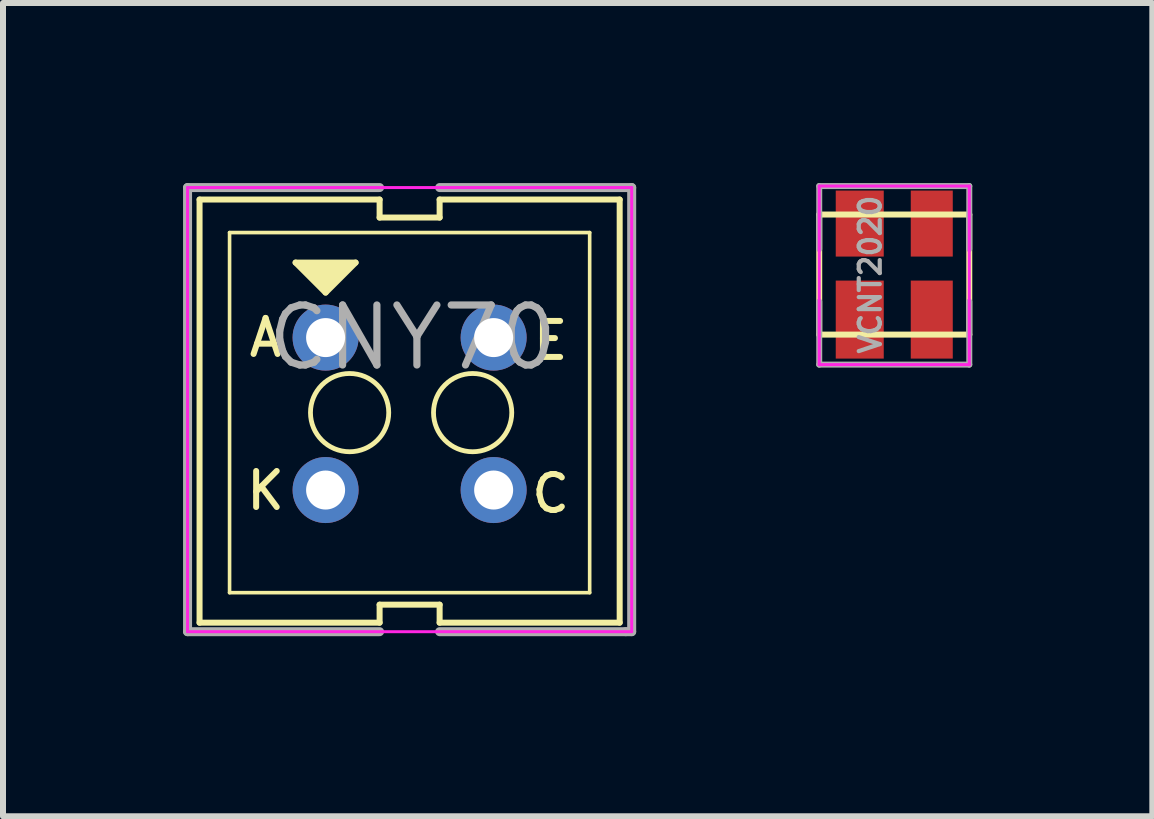
<source format=kicad_pcb>
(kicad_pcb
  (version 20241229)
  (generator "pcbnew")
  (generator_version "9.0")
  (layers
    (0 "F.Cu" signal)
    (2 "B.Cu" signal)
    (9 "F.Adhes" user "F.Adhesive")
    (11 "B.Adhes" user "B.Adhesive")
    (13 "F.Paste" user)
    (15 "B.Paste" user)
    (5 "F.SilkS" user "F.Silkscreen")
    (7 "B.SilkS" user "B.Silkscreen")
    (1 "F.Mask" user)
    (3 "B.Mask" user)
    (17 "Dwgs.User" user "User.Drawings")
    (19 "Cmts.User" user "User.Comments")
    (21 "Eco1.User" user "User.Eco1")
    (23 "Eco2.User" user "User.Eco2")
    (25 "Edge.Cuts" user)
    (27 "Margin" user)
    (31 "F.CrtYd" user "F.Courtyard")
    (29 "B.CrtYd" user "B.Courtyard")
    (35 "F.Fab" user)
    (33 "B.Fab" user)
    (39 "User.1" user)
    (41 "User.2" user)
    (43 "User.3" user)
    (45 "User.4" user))
  (footprint "VCNT2020"
    (layer "F.Cu")
    (at 11.85 1.525)
    (property "Reference" "VCNT2020" (at -0.4 0 90) (layer "F.Fab") (effects (font (size 0.35 0.35) (thickness 0.07))))
    (attr through_hole)
    (fp_line (start -1.25 -1) (end -1.25 1) (stroke (width 0.1) (type solid)) (layer "F.SilkS"))
    (fp_line (start -1.25 -1) (end 1.25 -1) (stroke (width 0.1) (type solid)) (layer "F.SilkS"))
    (fp_line (start -1.25 1) (end 1.25 1) (stroke (width 0.1) (type solid)) (layer "F.SilkS"))
    (fp_line (start 1.25 -1) (end 1.25 1) (stroke (width 0.1) (type solid)) (layer "F.SilkS"))
    (fp_line (start -1.25 -1.475) (end -1.25 1.5) (stroke (width 0.05) (type solid)) (layer "F.CrtYd"))
    (fp_line (start 1.25 -1.475) (end -1.25 -1.475) (stroke (width 0.05) (type solid)) (layer "F.CrtYd"))
    (fp_line (start 1.25 -1.475) (end 1.25 1.5) (stroke (width 0.05) (type solid)) (layer "F.CrtYd"))
    (fp_line (start 1.25 1.5) (end -1.25 1.5) (stroke (width 0.05) (type solid)) (layer "F.CrtYd"))
    (fp_line (start -1.25 -1.475) (end 1.25 -1.475) (stroke (width 0.1) (type solid)) (layer "F.Fab"))
    (fp_line (start -1.25 -0.425) (end -1.25 -1.475) (stroke (width 0.1) (type solid)) (layer "F.Fab"))
    (fp_line (start -1.25 1.5) (end -1.25 0.45) (stroke (width 0.1) (type solid)) (layer "F.Fab"))
    (fp_line (start -1.25 1.5) (end 1.25 1.5) (stroke (width 0.1) (type solid)) (layer "F.Fab"))
    (fp_line (start 1.25 -0.425) (end 1.25 -1.475) (stroke (width 0.1) (type solid)) (layer "F.Fab"))
    (fp_line (start 1.25 1.5) (end 1.25 0.45) (stroke (width 0.1) (type solid)) (layer "F.Fab"))
    (pad "1" smd rect (at 0.625 -0.85) (size 0.7 1.1) (layers "F.Cu" "F.Mask" "F.Paste"))
    (pad "2" smd rect (at 0.625 0.75) (size 0.7 1.3) (layers "F.Cu" "F.Mask" "F.Paste"))
    (pad "3" smd rect (at -0.575 -0.85) (size 0.8 1.1) (layers "F.Cu" "F.Mask" "F.Paste"))
    (pad "4" smd rect (at -0.575 0.75) (size 0.8 1.3) (layers "F.Cu" "F.Mask" "F.Paste")))
  (footprint "CNY70"
    (layer "F.Cu")
    (at 3.775 3.845)
    (property "Reference" "CNY70" (at 0.05 -1.27 0) (layer "F.Fab") (effects (font (size 1 1) (thickness 0.12))))
    (attr through_hole)
    (fp_line (start -3.5 -3.57) (end -3.5 3.48) (stroke (width 0.1) (type solid)) (layer "F.SilkS"))
    (fp_line (start -3.5 -3.57) (end -0.5 -3.57) (stroke (width 0.1) (type solid)) (layer "F.SilkS"))
    (fp_line (start -3.5 3.48) (end -0.5 3.48) (stroke (width 0.1) (type solid)) (layer "F.SilkS"))
    (fp_line (start -3 -3.02) (end -3 2.98) (stroke (width 0.06) (type solid)) (layer "F.SilkS"))
    (fp_line (start -3 2.98) (end 3 2.98) (stroke (width 0.06) (type solid)) (layer "F.SilkS"))
    (fp_line (start -1.75 -2.47) (end -1.05 -2.47) (stroke (width 0.1) (type solid)) (layer "F.SilkS"))
    (fp_line (start -1.6 -2.42) (end -1.2 -2.42) (stroke (width 0.1) (type solid)) (layer "F.SilkS"))
    (fp_line (start -1.45 -2.37) (end -1.35 -2.37) (stroke (width 0.1) (type solid)) (layer "F.SilkS"))
    (fp_line (start -1.4 -2.12) (end -1.75 -2.47) (stroke (width 0.1) (type solid)) (layer "F.SilkS"))
    (fp_line (start -1.4 -2.02) (end -1.9 -2.52) (stroke (width 0.1) (type solid)) (layer "F.SilkS"))
    (fp_line (start -1.4 -2.02) (end -0.9 -2.52) (stroke (width 0.1) (type solid)) (layer "F.SilkS"))
    (fp_line (start -1.35 -2.27) (end -1.45 -2.37) (stroke (width 0.1) (type solid)) (layer "F.SilkS"))
    (fp_line (start -1.35 -2.17) (end -1.6 -2.42) (stroke (width 0.1) (type solid)) (layer "F.SilkS"))
    (fp_line (start -1.2 -2.42) (end -1.35 -2.27) (stroke (width 0.1) (type solid)) (layer "F.SilkS"))
    (fp_line (start -1.05 -2.47) (end -1.35 -2.17) (stroke (width 0.1) (type solid)) (layer "F.SilkS"))
    (fp_line (start -0.9 -2.52) (end -1.9 -2.52) (stroke (width 0.1) (type solid)) (layer "F.SilkS"))
    (fp_line (start -0.5 -3.27) (end -0.5 -3.57) (stroke (width 0.1) (type solid)) (layer "F.SilkS"))
    (fp_line (start -0.5 -3.27) (end 0.5 -3.27) (stroke (width 0.1) (type solid)) (layer "F.SilkS"))
    (fp_line (start -0.5 3.18) (end 0.5 3.18) (stroke (width 0.1) (type solid)) (layer "F.SilkS"))
    (fp_line (start -0.5 3.48) (end -0.5 3.18) (stroke (width 0.1) (type solid)) (layer "F.SilkS"))
    (fp_line (start 0.5 -3.57) (end 3.5 -3.57) (stroke (width 0.1) (type solid)) (layer "F.SilkS"))
    (fp_line (start 0.5 -3.27) (end 0.5 -3.57) (stroke (width 0.1) (type solid)) (layer "F.SilkS"))
    (fp_line (start 0.5 3.48) (end 0.5 3.18) (stroke (width 0.1) (type solid)) (layer "F.SilkS"))
    (fp_line (start 0.5 3.48) (end 3.5 3.48) (stroke (width 0.1) (type solid)) (layer "F.SilkS"))
    (fp_line (start 3 -3.02) (end -3 -3.02) (stroke (width 0.06) (type solid)) (layer "F.SilkS"))
    (fp_line (start 3 2.98) (end 3 -3.02) (stroke (width 0.06) (type solid)) (layer "F.SilkS"))
    (fp_line (start 3.5 -3.57) (end 3.5 3.48) (stroke (width 0.1) (type solid)) (layer "F.SilkS"))
    (fp_circle (center -1 -0.02) (end -0.65 0.53) (stroke (width 0.08) (type solid)) (fill no) (layer "F.SilkS"))
    (fp_circle (center 1.05 -0.02) (end 1.4 0.53) (stroke (width 0.08) (type solid)) (fill no) (layer "F.SilkS"))
    (fp_line (start -3.7 -3.77) (end 3.7 -3.77) (stroke (width 0.05) (type solid)) (layer "F.CrtYd"))
    (fp_line (start -3.7 3.63) (end -3.7 -3.77) (stroke (width 0.05) (type solid)) (layer "F.CrtYd"))
    (fp_line (start 3.7 -3.77) (end 3.7 3.63) (stroke (width 0.05) (type solid)) (layer "F.CrtYd"))
    (fp_line (start 3.7 3.63) (end -3.7 3.63) (stroke (width 0.05) (type solid)) (layer "F.CrtYd"))
    (fp_line (start -3.7 -3.77) (end -3.7 3.63) (stroke (width 0.15) (type solid)) (layer "F.Fab"))
    (fp_line (start -3.7 3.63) (end -0.5 3.63) (stroke (width 0.15) (type solid)) (layer "F.Fab"))
    (fp_line (start -0.5 -3.77) (end -3.7 -3.77) (stroke (width 0.15) (type solid)) (layer "F.Fab"))
    (fp_line (start 0.5 3.63) (end 3.6 3.63) (stroke (width 0.15) (type solid)) (layer "F.Fab"))
    (fp_line (start 3.6 3.63) (end 3.7 3.63) (stroke (width 0.15) (type solid)) (layer "F.Fab"))
    (fp_line (start 3.7 -3.77) (end 0.5 -3.77) (stroke (width 0.15) (type solid)) (layer "F.Fab"))
    (fp_line (start 3.7 3.63) (end 3.7 -3.77) (stroke (width 0.15) (type solid)) (layer "F.Fab"))
    (fp_text user "C" (at 2.35 1.33 0) (layer "F.SilkS") (effects (font (size 0.6 0.6) (thickness 0.1))))
    (fp_text user "K" (at -2.4 1.28 0) (layer "F.SilkS") (effects (font (size 0.6 0.6) (thickness 0.1))))
    (fp_text user "A" (at -2.4 -1.27 0) (layer "F.SilkS") (effects (font (size 0.6 0.6) (thickness 0.1))))
    (fp_text user "E" (at 2.35 -1.22 0) (layer "F.SilkS") (effects (font (size 0.6 0.6) (thickness 0.1))))
    (pad "1" thru_hole circle (at -1.4 -1.27) (size 1.1 1.1) (drill 0.65) (layers "*.Cu" "*.Mask"))
    (pad "2" thru_hole circle (at -1.4 1.27) (size 1.1 1.1) (drill 0.65) (layers "*.Cu" "*.Mask"))
    (pad "3" thru_hole circle (at 1.4 -1.27) (size 1.1 1.1) (drill 0.65) (layers "*.Cu" "*.Mask"))
    (pad "4" thru_hole circle (at 1.4 1.27) (size 1.1 1.1) (drill 0.65) (layers "*.Cu" "*.Mask")))
  (gr_rect
    (start -3 -3)
    (end 16.15 10.55)
    (stroke (width 0.1) (type default))
    (fill no)
    (layer "Edge.Cuts")))
</source>
